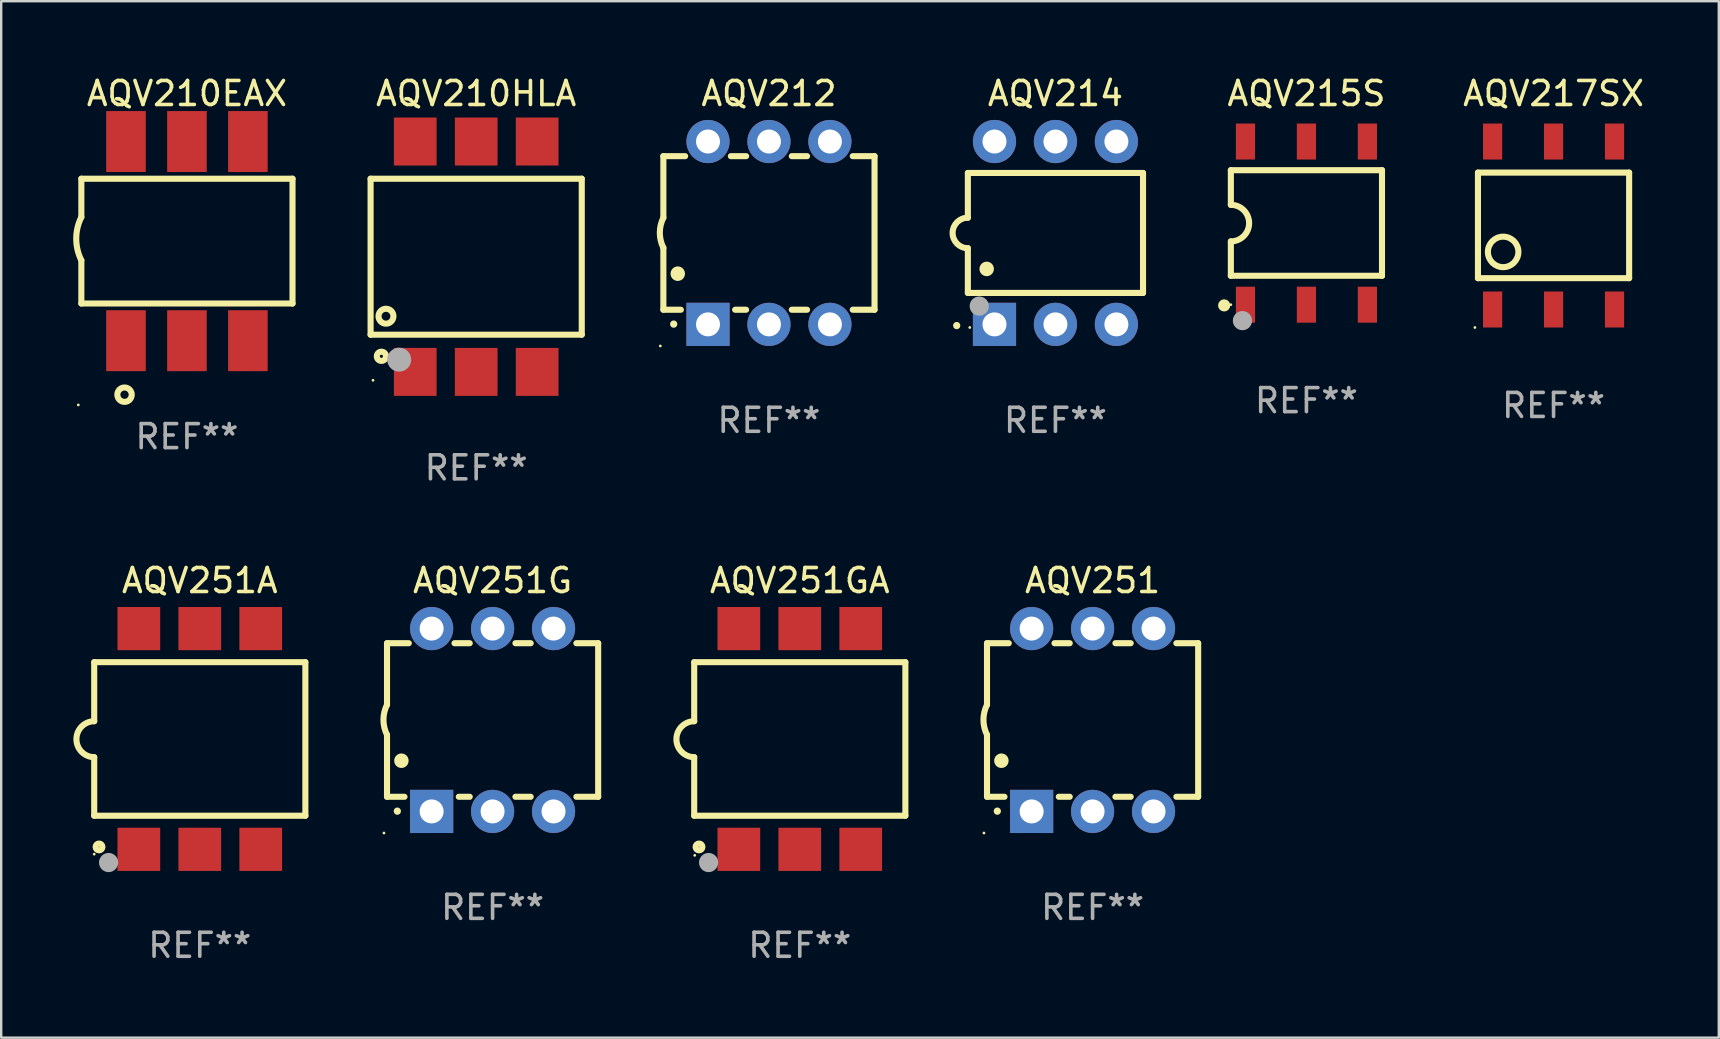
<source format=kicad_pcb>
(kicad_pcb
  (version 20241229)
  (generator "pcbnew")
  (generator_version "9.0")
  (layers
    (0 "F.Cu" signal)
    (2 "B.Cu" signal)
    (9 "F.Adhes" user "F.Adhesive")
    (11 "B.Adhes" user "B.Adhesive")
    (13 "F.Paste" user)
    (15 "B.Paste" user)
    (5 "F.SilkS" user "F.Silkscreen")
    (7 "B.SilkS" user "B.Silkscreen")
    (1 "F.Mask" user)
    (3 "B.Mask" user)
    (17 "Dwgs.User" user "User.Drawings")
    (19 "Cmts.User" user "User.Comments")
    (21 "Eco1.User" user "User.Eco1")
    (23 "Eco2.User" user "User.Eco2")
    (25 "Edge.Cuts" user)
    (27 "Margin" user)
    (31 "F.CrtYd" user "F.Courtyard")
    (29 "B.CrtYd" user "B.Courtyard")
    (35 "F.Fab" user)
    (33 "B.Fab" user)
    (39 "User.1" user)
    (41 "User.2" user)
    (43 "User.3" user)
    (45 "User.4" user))
  (footprint "AQV210HLA"
    (layer "F.Cu")
    (at 16.794 7.648)
    (property "Reference" "AQV210HLA" (at 0 -6.8 0) (layer "F.SilkS") (effects (font (size 1 1) (thickness 0.15))))
    (attr through_hole)
    (fp_line (start -4.4 -3.25) (end -4.4 3.25) (stroke (width 0.254) (type solid)) (layer "F.SilkS"))
    (fp_line (start -4.4 -3.25) (end 4.4 -3.25) (stroke (width 0.254) (type solid)) (layer "F.SilkS"))
    (fp_line (start 4.4 3.25) (end -4.4 3.25) (stroke (width 0.254) (type solid)) (layer "F.SilkS"))
    (fp_line (start 4.4 3.25) (end 4.4 -3.25) (stroke (width 0.254) (type solid)) (layer "F.SilkS"))
    (fp_circle (center -4.299 5.15) (end -4.269 5.15) (stroke (width 0.06) (type solid)) (fill no) (layer "F.SilkS"))
    (fp_circle (center -3.949 4.15) (end -3.757 4.15) (stroke (width 0.254) (type solid)) (fill no) (layer "F.SilkS"))
    (fp_circle (center -3.759 2.48) (end -3.448 2.48) (stroke (width 0.254) (type solid)) (fill no) (layer "F.SilkS"))
    (fp_circle (center -3.209 4.29) (end -2.959 4.29) (stroke (width 0.5) (type solid)) (fill no) (layer "F.Fab"))
    (fp_text user "REF**" (at 0 8.8 0) (layer "F.Fab") (effects (font (size 1 1) (thickness 0.15))))
    (pad "1" smd rect (at -2.539 4.8) (size 1.78 2) (layers "F.Cu" "F.Mask" "F.Paste"))
    (pad "2" smd rect (at 0.001 4.8) (size 1.78 2) (layers "F.Cu" "F.Mask" "F.Paste"))
    (pad "3" smd rect (at 2.541 4.8) (size 1.78 2) (layers "F.Cu" "F.Mask" "F.Paste"))
    (pad "4" smd rect (at 2.541 -4.8) (size 1.78 2) (layers "F.Cu" "F.Mask" "F.Paste"))
    (pad "5" smd rect (at 0.001 -4.8) (size 1.78 2) (layers "F.Cu" "F.Mask" "F.Paste"))
    (pad "6" smd rect (at -2.539 -4.8) (size 1.78 2) (layers "F.Cu" "F.Mask" "F.Paste")))
  (footprint "AQV251"
    (layer "F.Cu")
    (at 42.482 26.955)
    (property "Reference" "AQV251" (at 0 -5.81 0) (layer "F.SilkS") (effects (font (size 1 1) (thickness 0.15))))
    (attr through_hole)
    (fp_line (start -4.4 -3.2) (end -4.4 -0.635) (stroke (width 0.254) (type solid)) (layer "F.SilkS"))
    (fp_line (start -4.4 -3.2) (end -3.492 -3.2) (stroke (width 0.254) (type solid)) (layer "F.SilkS"))
    (fp_line (start -4.4 3.2) (end -4.4 0.619) (stroke (width 0.254) (type solid)) (layer "F.SilkS"))
    (fp_line (start -3.671 3.2) (end -4.4 3.2) (stroke (width 0.254) (type solid)) (layer "F.SilkS"))
    (fp_line (start -1.588 -3.2) (end -0.952 -3.2) (stroke (width 0.254) (type solid)) (layer "F.SilkS"))
    (fp_line (start -0.952 3.2) (end -1.409 3.2) (stroke (width 0.254) (type solid)) (layer "F.SilkS"))
    (fp_line (start 0.952 -3.2) (end 1.588 -3.2) (stroke (width 0.254) (type solid)) (layer "F.SilkS"))
    (fp_line (start 1.588 3.2) (end 0.952 3.2) (stroke (width 0.254) (type solid)) (layer "F.SilkS"))
    (fp_line (start 3.492 -3.2) (end 4.4 -3.2) (stroke (width 0.254) (type solid)) (layer "F.SilkS"))
    (fp_line (start 4.4 -3.2) (end 4.4 3.2) (stroke (width 0.254) (type solid)) (layer "F.SilkS"))
    (fp_line (start 4.4 3.2) (end 3.492 3.2) (stroke (width 0.254) (type solid)) (layer "F.SilkS"))
    (fp_arc (start -4.399288 0.619762) (mid -4.547636 -0.007536) (end -4.4 -0.635001) (stroke (width 0.254001) (type solid)) (layer "F.SilkS"))
    (fp_arc (start -3.970028 3.799848) (mid -3.970033 3.798578) (end -3.970028 3.797308) (stroke (width 0.3) (type solid)) (layer "F.SilkS"))
    (fp_arc (start -3.799848 1.699263) (mid -3.799859 1.696723) (end -3.799848 1.694183) (stroke (width 0.6) (type solid)) (layer "F.SilkS"))
    (fp_circle (center -4.527 4.71) (end -4.497 4.71) (stroke (width 0.06) (type solid)) (fill no) (layer "F.SilkS"))
    (fp_text user "REF**" (at 0 7.81 0) (layer "F.Fab") (effects (font (size 1 1) (thickness 0.15))))
    (pad "1" thru_hole rect (at -2.54 3.81 180) (size 1.8 1.8) (drill 1) (layers "*.Cu" "*.Mask"))
    (pad "2" thru_hole circle (at 0 3.81) (size 1.8 1.8) (drill 1) (layers "*.Cu" "*.Mask"))
    (pad "3" thru_hole circle (at 2.54 3.81) (size 1.8 1.8) (drill 1) (layers "*.Cu" "*.Mask"))
    (pad "4" thru_hole circle (at 2.54 -3.81) (size 1.8 1.8) (drill 1) (layers "*.Cu" "*.Mask"))
    (pad "5" thru_hole circle (at 0 -3.81) (size 1.8 1.8) (drill 1) (layers "*.Cu" "*.Mask"))
    (pad "6" thru_hole circle (at -2.54 -3.81) (size 1.8 1.8) (drill 1) (layers "*.Cu" "*.Mask")))
  (footprint "AQV251G"
    (layer "F.Cu")
    (at 17.478 26.955)
    (property "Reference" "AQV251G" (at 0 -5.81 0) (layer "F.SilkS") (effects (font (size 1 1) (thickness 0.15))))
    (attr through_hole)
    (fp_line (start -4.4 -3.2) (end -4.4 -0.635) (stroke (width 0.254) (type solid)) (layer "F.SilkS"))
    (fp_line (start -4.4 -3.2) (end -3.492 -3.2) (stroke (width 0.254) (type solid)) (layer "F.SilkS"))
    (fp_line (start -4.4 3.2) (end -4.4 0.619) (stroke (width 0.254) (type solid)) (layer "F.SilkS"))
    (fp_line (start -3.671 3.2) (end -4.4 3.2) (stroke (width 0.254) (type solid)) (layer "F.SilkS"))
    (fp_line (start -1.588 -3.2) (end -0.952 -3.2) (stroke (width 0.254) (type solid)) (layer "F.SilkS"))
    (fp_line (start -0.952 3.2) (end -1.409 3.2) (stroke (width 0.254) (type solid)) (layer "F.SilkS"))
    (fp_line (start 0.952 -3.2) (end 1.588 -3.2) (stroke (width 0.254) (type solid)) (layer "F.SilkS"))
    (fp_line (start 1.588 3.2) (end 0.952 3.2) (stroke (width 0.254) (type solid)) (layer "F.SilkS"))
    (fp_line (start 3.492 -3.2) (end 4.4 -3.2) (stroke (width 0.254) (type solid)) (layer "F.SilkS"))
    (fp_line (start 4.4 -3.2) (end 4.4 3.2) (stroke (width 0.254) (type solid)) (layer "F.SilkS"))
    (fp_line (start 4.4 3.2) (end 3.492 3.2) (stroke (width 0.254) (type solid)) (layer "F.SilkS"))
    (fp_arc (start -4.399288 0.619762) (mid -4.547636 -0.007536) (end -4.4 -0.635001) (stroke (width 0.254001) (type solid)) (layer "F.SilkS"))
    (fp_arc (start -3.970028 3.799848) (mid -3.970033 3.798578) (end -3.970028 3.797308) (stroke (width 0.3) (type solid)) (layer "F.SilkS"))
    (fp_arc (start -3.799848 1.699263) (mid -3.799859 1.696723) (end -3.799848 1.694183) (stroke (width 0.6) (type solid)) (layer "F.SilkS"))
    (fp_circle (center -4.527 4.71) (end -4.497 4.71) (stroke (width 0.06) (type solid)) (fill no) (layer "F.SilkS"))
    (fp_text user "REF**" (at 0 7.81 0) (layer "F.Fab") (effects (font (size 1 1) (thickness 0.15))))
    (pad "1" thru_hole rect (at -2.54 3.81 180) (size 1.8 1.8) (drill 1) (layers "*.Cu" "*.Mask"))
    (pad "2" thru_hole circle (at 0 3.81) (size 1.8 1.8) (drill 1) (layers "*.Cu" "*.Mask"))
    (pad "3" thru_hole circle (at 2.54 3.81) (size 1.8 1.8) (drill 1) (layers "*.Cu" "*.Mask"))
    (pad "4" thru_hole circle (at 2.54 -3.81) (size 1.8 1.8) (drill 1) (layers "*.Cu" "*.Mask"))
    (pad "5" thru_hole circle (at 0 -3.81) (size 1.8 1.8) (drill 1) (layers "*.Cu" "*.Mask"))
    (pad "6" thru_hole circle (at -2.54 -3.81) (size 1.8 1.8) (drill 1) (layers "*.Cu" "*.Mask")))
  (footprint "AQV210EAX"
    (layer "F.Cu")
    (at 4.74 6.998)
    (property "Reference" "AQV210EAX" (at 0 -6.15 0) (layer "F.SilkS") (effects (font (size 1 1) (thickness 0.15))))
    (attr through_hole)
    (fp_line (start -4.4 -2.6) (end -4.4 -1) (stroke (width 0.254) (type solid)) (layer "F.SilkS"))
    (fp_line (start -4.4 -2.6) (end 4.4 -2.6) (stroke (width 0.254) (type solid)) (layer "F.SilkS"))
    (fp_line (start -4.4 2.6) (end -4.4 0.8) (stroke (width 0.254) (type solid)) (layer "F.SilkS"))
    (fp_line (start -4.4 2.6) (end 4.4 2.6) (stroke (width 0.254) (type solid)) (layer "F.SilkS"))
    (fp_line (start 4.4 -2.6) (end 4.4 2.6) (stroke (width 0.254) (type solid)) (layer "F.SilkS"))
    (fp_arc (start -4.400318 0.79934) (mid -4.612597 -0.100366) (end -4.400013 -1) (stroke (width 0.254001) (type solid)) (layer "F.SilkS"))
    (fp_circle (center -4.527 6.827) (end -4.497 6.827) (stroke (width 0.06) (type solid)) (fill no) (layer "F.SilkS"))
    (fp_circle (center -2.6 6.4) (end -2.3 6.4) (stroke (width 0.254) (type solid)) (fill no) (layer "F.SilkS"))
    (fp_text user "REF**" (at 0 8.15 0) (layer "F.Fab") (effects (font (size 1 1) (thickness 0.15))))
    (pad "1" smd rect (at -2.54 4.15) (size 1.65 2.54) (layers "F.Cu" "F.Mask" "F.Paste"))
    (pad "2" smd rect (at -0.000013 4.15) (size 1.65 2.54) (layers "F.Cu" "F.Mask" "F.Paste"))
    (pad "3" smd rect (at 2.54 4.15) (size 1.65 2.54) (layers "F.Cu" "F.Mask" "F.Paste"))
    (pad "4" smd rect (at 2.54 -4.15) (size 1.65 2.54) (layers "F.Cu" "F.Mask" "F.Paste"))
    (pad "5" smd rect (at -0.000013 -4.15) (size 1.65 2.54) (layers "F.Cu" "F.Mask" "F.Paste"))
    (pad "6" smd rect (at -2.54 -4.15) (size 1.65 2.54) (layers "F.Cu" "F.Mask" "F.Paste")))
  (footprint "AQV215S"
    (layer "F.Cu")
    (at 51.394 6.248)
    (property "Reference" "AQV215S" (at 0 -5.4 0) (layer "F.SilkS") (effects (font (size 1 1) (thickness 0.15))))
    (attr through_hole)
    (fp_line (start -3.15 -2.205) (end -3.15 -0.762) (stroke (width 0.254) (type solid)) (layer "F.SilkS"))
    (fp_line (start -3.15 -2.205) (end 3.15 -2.205) (stroke (width 0.254) (type solid)) (layer "F.SilkS"))
    (fp_line (start -3.15 2.195) (end -3.15 0.762) (stroke (width 0.254) (type solid)) (layer "F.SilkS"))
    (fp_line (start -3.15 2.195) (end 3.15 2.195) (stroke (width 0.254) (type solid)) (layer "F.SilkS"))
    (fp_line (start 3.149 -2.205) (end 3.149 2.195) (stroke (width 0.254) (type solid)) (layer "F.SilkS"))
    (fp_arc (start -3.150623 -0.761874) (mid -2.388672 -0.000241) (end -3.150013 0.762002) (stroke (width 0.254001) (type solid)) (layer "F.SilkS"))
    (fp_circle (center -3.429 3.429) (end -3.302 3.429) (stroke (width 0.254) (type solid)) (fill no) (layer "F.SilkS"))
    (fp_circle (center -3.15 3.4) (end -3.12 3.4) (stroke (width 0.06) (type solid)) (fill no) (layer "F.SilkS"))
    (fp_circle (center -2.667 4.064) (end -2.467 4.064) (stroke (width 0.4) (type solid)) (fill no) (layer "F.Fab"))
    (fp_text user "REF**" (at 0 7.4 0) (layer "F.Fab") (effects (font (size 1 1) (thickness 0.15))))
    (pad "1" smd rect (at -2.54 3.4) (size 0.8 1.5) (layers "F.Cu" "F.Mask" "F.Paste"))
    (pad "2" smd rect (at 0 3.4) (size 0.8 1.5) (layers "F.Cu" "F.Mask" "F.Paste"))
    (pad "3" smd rect (at 2.54 3.4) (size 0.8 1.5) (layers "F.Cu" "F.Mask" "F.Paste"))
    (pad "4" smd rect (at 2.54 -3.4) (size 0.8 1.5) (layers "F.Cu" "F.Mask" "F.Paste"))
    (pad "5" smd rect (at 0 -3.4) (size 0.8 1.5) (layers "F.Cu" "F.Mask" "F.Paste"))
    (pad "6" smd rect (at -2.54 -3.4) (size 0.8 1.5) (layers "F.Cu" "F.Mask" "F.Paste")))
  (footprint "AQV214"
    (layer "F.Cu")
    (at 40.934 6.658)
    (property "Reference" "AQV214" (at 0 -5.81 0) (layer "F.SilkS") (effects (font (size 1 1) (thickness 0.15))))
    (attr through_hole)
    (fp_line (start -3.65 -2.5) (end 3.65 -2.5) (stroke (width 0.254) (type solid)) (layer "F.SilkS"))
    (fp_line (start -3.65 -0.635) (end -3.65 -2.5) (stroke (width 0.254) (type solid)) (layer "F.SilkS"))
    (fp_line (start -3.65 0.635) (end -3.65 2.5) (stroke (width 0.254) (type solid)) (layer "F.SilkS"))
    (fp_line (start -3.65 2.5) (end 3.65 2.5) (stroke (width 0.254) (type solid)) (layer "F.SilkS"))
    (fp_line (start 3.65 -2.5) (end 3.65 2.5) (stroke (width 0.254) (type solid)) (layer "F.SilkS"))
    (fp_arc (start -4.114808 3.860808) (mid -4.114813 3.859538) (end -4.114808 3.858268) (stroke (width 0.3) (type solid)) (layer "F.SilkS"))
    (fp_arc (start -3.650013 0.635001) (mid -4.285014 0) (end -3.650013 -0.635001) (stroke (width 0.254001) (type solid)) (layer "F.SilkS"))
    (fp_arc (start -2.865405 1.501143) (mid -2.865416 1.498603) (end -2.865405 1.496063) (stroke (width 0.6) (type solid)) (layer "F.SilkS"))
    (fp_circle (center -3.57 3.94) (end -3.54 3.94) (stroke (width 0.06) (type solid)) (fill no) (layer "F.SilkS"))
    (fp_circle (center -3.175 3.048) (end -2.975 3.048) (stroke (width 0.4) (type solid)) (fill no) (layer "F.Fab"))
    (fp_text user "REF**" (at 0 7.81 0) (layer "F.Fab") (effects (font (size 1 1) (thickness 0.15))))
    (pad "1" thru_hole rect (at -2.54 3.81 90) (size 1.8 1.8) (drill 1) (layers "*.Cu" "*.Mask"))
    (pad "2" thru_hole circle (at 0 3.81) (size 1.8 1.8) (drill 1) (layers "*.Cu" "*.Mask"))
    (pad "3" thru_hole circle (at 2.54 3.81) (size 1.8 1.8) (drill 1) (layers "*.Cu" "*.Mask"))
    (pad "4" thru_hole circle (at 2.54 -3.81) (size 1.8 1.8) (drill 1) (layers "*.Cu" "*.Mask"))
    (pad "5" thru_hole circle (at 0 -3.81) (size 1.8 1.8) (drill 1) (layers "*.Cu" "*.Mask"))
    (pad "6" thru_hole circle (at -2.54 -3.81) (size 1.8 1.8) (drill 1) (layers "*.Cu" "*.Mask")))
  (footprint "AQV217SX"
    (layer "F.Cu")
    (at 61.692 6.348)
    (property "Reference" "AQV217SX" (at 0 -5.5 0) (layer "F.SilkS") (effects (font (size 1 1) (thickness 0.15))))
    (attr through_hole)
    (fp_line (start -3.15 2.195) (end -3.15 -2.205) (stroke (width 0.254) (type solid)) (layer "F.SilkS"))
    (fp_line (start -3.15 2.195) (end 3.15 2.195) (stroke (width 0.254) (type solid)) (layer "F.SilkS"))
    (fp_line (start 3.15 -2.205) (end -3.15 -2.205) (stroke (width 0.254) (type solid)) (layer "F.SilkS"))
    (fp_line (start 3.15 -2.205) (end 3.15 2.195) (stroke (width 0.254) (type solid)) (layer "F.SilkS"))
    (fp_circle (center -3.277 4.25) (end -3.247 4.25) (stroke (width 0.06) (type solid)) (fill no) (layer "F.SilkS"))
    (fp_circle (center -2.1 1.1) (end -1.465 1.1) (stroke (width 0.254) (type solid)) (fill no) (layer "F.SilkS"))
    (fp_text user "REF**" (at 0 7.5 0) (layer "F.Fab") (effects (font (size 1 1) (thickness 0.15))))
    (pad "1" smd rect (at -2.539 3.5) (size 0.8 1.5) (layers "F.Cu" "F.Mask" "F.Paste"))
    (pad "2" smd rect (at 0.001 3.5) (size 0.8 1.5) (layers "F.Cu" "F.Mask" "F.Paste"))
    (pad "3" smd rect (at 2.541 3.5) (size 0.8 1.5) (layers "F.Cu" "F.Mask" "F.Paste"))
    (pad "4" smd rect (at 2.541 -3.5) (size 0.8 1.5) (layers "F.Cu" "F.Mask" "F.Paste"))
    (pad "5" smd rect (at 0.001 -3.5) (size 0.8 1.5) (layers "F.Cu" "F.Mask" "F.Paste"))
    (pad "6" smd rect (at -2.539 -3.5) (size 0.8 1.5) (layers "F.Cu" "F.Mask" "F.Paste")))
  (footprint "AQV212"
    (layer "F.Cu")
    (at 28.995 6.658)
    (property "Reference" "AQV212" (at 0 -5.81 0) (layer "F.SilkS") (effects (font (size 1 1) (thickness 0.15))))
    (attr through_hole)
    (fp_line (start -4.4 -3.2) (end -4.4 -0.635) (stroke (width 0.254) (type solid)) (layer "F.SilkS"))
    (fp_line (start -4.4 -3.2) (end -3.492 -3.2) (stroke (width 0.254) (type solid)) (layer "F.SilkS"))
    (fp_line (start -4.4 3.2) (end -4.4 0.619) (stroke (width 0.254) (type solid)) (layer "F.SilkS"))
    (fp_line (start -3.671 3.2) (end -4.4 3.2) (stroke (width 0.254) (type solid)) (layer "F.SilkS"))
    (fp_line (start -1.588 -3.2) (end -0.952 -3.2) (stroke (width 0.254) (type solid)) (layer "F.SilkS"))
    (fp_line (start -0.952 3.2) (end -1.409 3.2) (stroke (width 0.254) (type solid)) (layer "F.SilkS"))
    (fp_line (start 0.952 -3.2) (end 1.588 -3.2) (stroke (width 0.254) (type solid)) (layer "F.SilkS"))
    (fp_line (start 1.588 3.2) (end 0.952 3.2) (stroke (width 0.254) (type solid)) (layer "F.SilkS"))
    (fp_line (start 3.492 -3.2) (end 4.4 -3.2) (stroke (width 0.254) (type solid)) (layer "F.SilkS"))
    (fp_line (start 4.4 -3.2) (end 4.4 3.2) (stroke (width 0.254) (type solid)) (layer "F.SilkS"))
    (fp_line (start 4.4 3.2) (end 3.492 3.2) (stroke (width 0.254) (type solid)) (layer "F.SilkS"))
    (fp_arc (start -4.399288 0.619762) (mid -4.547636 -0.007536) (end -4.4 -0.635001) (stroke (width 0.254001) (type solid)) (layer "F.SilkS"))
    (fp_arc (start -3.970028 3.799848) (mid -3.970033 3.798578) (end -3.970028 3.797308) (stroke (width 0.3) (type solid)) (layer "F.SilkS"))
    (fp_arc (start -3.799848 1.699263) (mid -3.799859 1.696723) (end -3.799848 1.694183) (stroke (width 0.6) (type solid)) (layer "F.SilkS"))
    (fp_circle (center -4.527 4.71) (end -4.497 4.71) (stroke (width 0.06) (type solid)) (fill no) (layer "F.SilkS"))
    (fp_text user "REF**" (at 0 7.81 0) (layer "F.Fab") (effects (font (size 1 1) (thickness 0.15))))
    (pad "1" thru_hole rect (at -2.54 3.81 180) (size 1.8 1.8) (drill 1) (layers "*.Cu" "*.Mask"))
    (pad "2" thru_hole circle (at 0 3.81) (size 1.8 1.8) (drill 1) (layers "*.Cu" "*.Mask"))
    (pad "3" thru_hole circle (at 2.54 3.81) (size 1.8 1.8) (drill 1) (layers "*.Cu" "*.Mask"))
    (pad "4" thru_hole circle (at 2.54 -3.81) (size 1.8 1.8) (drill 1) (layers "*.Cu" "*.Mask"))
    (pad "5" thru_hole circle (at 0 -3.81) (size 1.8 1.8) (drill 1) (layers "*.Cu" "*.Mask"))
    (pad "6" thru_hole circle (at -2.54 -3.81) (size 1.8 1.8) (drill 1) (layers "*.Cu" "*.Mask")))
  (footprint "AQV251A"
    (layer "F.Cu")
    (at 5.276 27.745)
    (property "Reference" "AQV251A" (at 0 -6.6 0) (layer "F.SilkS") (effects (font (size 1 1) (thickness 0.15))))
    (attr through_hole)
    (fp_line (start -4.4 -3.2) (end 4.4 -3.2) (stroke (width 0.254) (type solid)) (layer "F.SilkS"))
    (fp_line (start -4.4 -0.74) (end -4.4 -3.2) (stroke (width 0.254) (type solid)) (layer "F.SilkS"))
    (fp_line (start -4.4 3.2) (end -4.4 0.76) (stroke (width 0.254) (type solid)) (layer "F.SilkS"))
    (fp_line (start 4.4 -3.2) (end 4.4 3.2) (stroke (width 0.254) (type solid)) (layer "F.SilkS"))
    (fp_line (start 4.4 3.2) (end -4.4 3.2) (stroke (width 0.254) (type solid)) (layer "F.SilkS"))
    (fp_arc (start -4.4 0.759919) (mid -5.14887 0.009982) (end -4.399289 -0.739243) (stroke (width 0.254001) (type solid)) (layer "F.SilkS"))
    (fp_circle (center -4.4 4.8) (end -4.37 4.8) (stroke (width 0.06) (type solid)) (fill no) (layer "F.SilkS"))
    (fp_circle (center -4.2 4.5) (end -4.058 4.5) (stroke (width 0.254) (type solid)) (fill no) (layer "F.SilkS"))
    (fp_circle (center -3.8 5.15) (end -3.6 5.15) (stroke (width 0.4) (type solid)) (fill no) (layer "F.Fab"))
    (fp_text user "REF**" (at 0 8.6 0) (layer "F.Fab") (effects (font (size 1 1) (thickness 0.15))))
    (pad "1" smd rect (at -2.54 4.6) (size 1.78 1.8) (layers "F.Cu" "F.Mask" "F.Paste"))
    (pad "2" smd rect (at -0.000025 4.6) (size 1.78 1.8) (layers "F.Cu" "F.Mask" "F.Paste"))
    (pad "3" smd rect (at 2.54 4.6) (size 1.78 1.8) (layers "F.Cu" "F.Mask" "F.Paste"))
    (pad "4" smd rect (at 2.54 -4.6) (size 1.78 1.8) (layers "F.Cu" "F.Mask" "F.Paste"))
    (pad "5" smd rect (at -0.000025 -4.6) (size 1.78 1.8) (layers "F.Cu" "F.Mask" "F.Paste"))
    (pad "6" smd rect (at -2.54 -4.6) (size 1.78 1.8) (layers "F.Cu" "F.Mask" "F.Paste")))
  (footprint "AQV251GA"
    (layer "F.Cu")
    (at 30.28 27.745)
    (property "Reference" "AQV251GA" (at 0 -6.6 0) (layer "F.SilkS") (effects (font (size 1 1) (thickness 0.15))))
    (attr through_hole)
    (fp_line (start -4.4 -3.2) (end 4.4 -3.2) (stroke (width 0.254) (type solid)) (layer "F.SilkS"))
    (fp_line (start -4.4 -0.74) (end -4.4 -3.2) (stroke (width 0.254) (type solid)) (layer "F.SilkS"))
    (fp_line (start -4.4 3.2) (end -4.4 0.76) (stroke (width 0.254) (type solid)) (layer "F.SilkS"))
    (fp_line (start 4.4 -3.2) (end 4.4 3.2) (stroke (width 0.254) (type solid)) (layer "F.SilkS"))
    (fp_line (start 4.4 3.2) (end -4.4 3.2) (stroke (width 0.254) (type solid)) (layer "F.SilkS"))
    (fp_arc (start -4.4 0.76002) (mid -5.148869 0.010084) (end -4.399289 -0.73914) (stroke (width 0.254001) (type solid)) (layer "F.SilkS"))
    (fp_circle (center -4.377 4.85) (end -4.347 4.85) (stroke (width 0.06) (type solid)) (fill no) (layer "F.SilkS"))
    (fp_circle (center -4.2 4.5) (end -4.058 4.5) (stroke (width 0.254) (type solid)) (fill no) (layer "F.SilkS"))
    (fp_circle (center -3.8 5.15) (end -3.6 5.15) (stroke (width 0.4) (type solid)) (fill no) (layer "F.Fab"))
    (fp_text user "REF**" (at 0 8.6 0) (layer "F.Fab") (effects (font (size 1 1) (thickness 0.15))))
    (pad "1" smd rect (at -2.54 4.6) (size 1.78 1.8) (layers "F.Cu" "F.Mask" "F.Paste"))
    (pad "2" smd rect (at 0 4.6) (size 1.78 1.8) (layers "F.Cu" "F.Mask" "F.Paste"))
    (pad "3" smd rect (at 2.54 4.6) (size 1.78 1.8) (layers "F.Cu" "F.Mask" "F.Paste"))
    (pad "4" smd rect (at 2.54 -4.6) (size 1.78 1.8) (layers "F.Cu" "F.Mask" "F.Paste"))
    (pad "5" smd rect (at 0 -4.6) (size 1.78 1.8) (layers "F.Cu" "F.Mask" "F.Paste"))
    (pad "6" smd rect (at -2.54 -4.6) (size 1.78 1.8) (layers "F.Cu" "F.Mask" "F.Paste")))
  (gr_rect
    (start -3 -3)
    (end 68.579 40.193)
    (stroke (width 0.1) (type default))
    (fill no)
    (layer "Edge.Cuts")))
</source>
